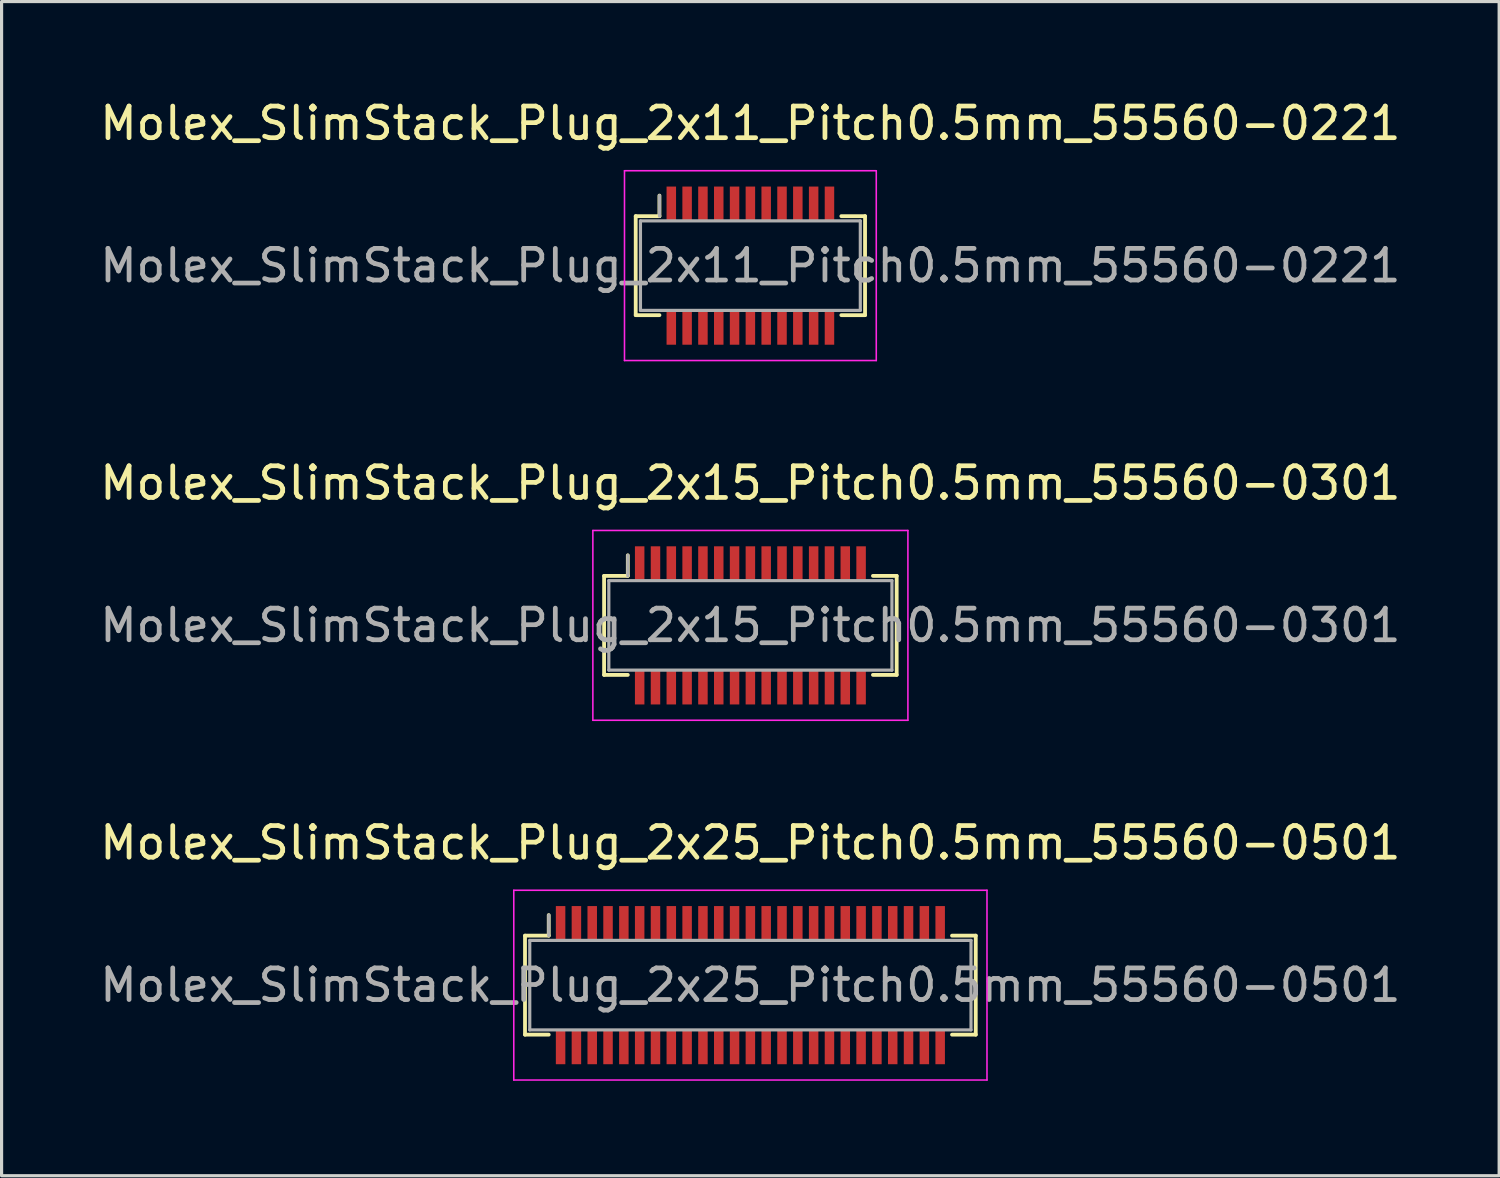
<source format=kicad_pcb>
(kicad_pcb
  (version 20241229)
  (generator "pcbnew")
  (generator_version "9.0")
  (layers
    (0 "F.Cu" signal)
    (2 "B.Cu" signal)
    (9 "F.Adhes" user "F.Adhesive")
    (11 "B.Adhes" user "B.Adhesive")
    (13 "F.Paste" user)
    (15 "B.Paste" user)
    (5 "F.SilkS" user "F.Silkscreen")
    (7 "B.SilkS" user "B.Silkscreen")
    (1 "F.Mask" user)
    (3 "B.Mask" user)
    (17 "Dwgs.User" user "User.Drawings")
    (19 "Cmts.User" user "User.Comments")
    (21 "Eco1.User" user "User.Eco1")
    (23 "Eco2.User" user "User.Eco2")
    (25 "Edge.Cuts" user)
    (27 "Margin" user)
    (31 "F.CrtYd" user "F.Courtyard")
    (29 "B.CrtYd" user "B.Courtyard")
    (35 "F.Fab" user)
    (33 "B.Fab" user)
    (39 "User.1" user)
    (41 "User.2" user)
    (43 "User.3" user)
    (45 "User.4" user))
  (footprint "Molex_SlimStack_Plug_2x11_Pitch0.5mm_55560-0221"
    (layer "F.Cu")
    (at 20.673 5.348)
    (property "Reference" "Molex_SlimStack_Plug_2x11_Pitch0.5mm_55560-0221" (at 0 -4.5 0) (layer "F.SilkS") (effects (font (size 1 1) (thickness 0.15))))
    (attr smd)
    (fp_line (start -3.625 -1.565) (end -2.875 -1.565) (stroke (width 0.12) (type solid)) (layer "F.SilkS"))
    (fp_line (start -3.625 1.565) (end -3.625 -1.565) (stroke (width 0.12) (type solid)) (layer "F.SilkS"))
    (fp_line (start -2.875 -1.565) (end -2.875 -2.215) (stroke (width 0.12) (type solid)) (layer "F.SilkS"))
    (fp_line (start -2.875 1.565) (end -3.625 1.565) (stroke (width 0.12) (type solid)) (layer "F.SilkS"))
    (fp_line (start 2.875 1.565) (end 3.625 1.565) (stroke (width 0.12) (type solid)) (layer "F.SilkS"))
    (fp_line (start 3.625 -1.565) (end 2.875 -1.565) (stroke (width 0.12) (type solid)) (layer "F.SilkS"))
    (fp_line (start 3.625 1.565) (end 3.625 -1.565) (stroke (width 0.12) (type solid)) (layer "F.SilkS"))
    (fp_line (start -3.98 -3) (end -3.98 3) (stroke (width 0.05) (type solid)) (layer "F.CrtYd"))
    (fp_line (start -3.98 3) (end 3.98 3) (stroke (width 0.05) (type solid)) (layer "F.CrtYd"))
    (fp_line (start 3.98 -3) (end -3.98 -3) (stroke (width 0.05) (type solid)) (layer "F.CrtYd"))
    (fp_line (start 3.98 3) (end 3.98 -3) (stroke (width 0.05) (type solid)) (layer "F.CrtYd"))
    (fp_line (start -3.475 -1.415) (end -3.475 1.415) (stroke (width 0.1) (type solid)) (layer "F.Fab"))
    (fp_line (start -3.475 1.415) (end 3.475 1.415) (stroke (width 0.1) (type solid)) (layer "F.Fab"))
    (fp_line (start -2.875 -1.565) (end -2.875 -2.215) (stroke (width 0.1) (type solid)) (layer "F.Fab"))
    (fp_line (start 3.475 -1.415) (end -3.475 -1.415) (stroke (width 0.1) (type solid)) (layer "F.Fab"))
    (fp_line (start 3.475 1.415) (end 3.475 -1.415) (stroke (width 0.1) (type solid)) (layer "F.Fab"))
    (fp_text user "${REFERENCE}" (at 0 0 0) (layer "F.Fab") (effects (font (size 1 1) (thickness 0.15))))
    (pad "1" smd rect (at -2.5 -1.95) (size 0.3 1.1) (layers "F.Cu" "F.Mask" "F.Paste"))
    (pad "2" smd rect (at -2.5 1.95) (size 0.3 1.1) (layers "F.Cu" "F.Mask" "F.Paste"))
    (pad "3" smd rect (at -2 -1.95) (size 0.3 1.1) (layers "F.Cu" "F.Mask" "F.Paste"))
    (pad "4" smd rect (at -2 1.95) (size 0.3 1.1) (layers "F.Cu" "F.Mask" "F.Paste"))
    (pad "5" smd rect (at -1.5 -1.95) (size 0.3 1.1) (layers "F.Cu" "F.Mask" "F.Paste"))
    (pad "6" smd rect (at -1.5 1.95) (size 0.3 1.1) (layers "F.Cu" "F.Mask" "F.Paste"))
    (pad "7" smd rect (at -1 -1.95) (size 0.3 1.1) (layers "F.Cu" "F.Mask" "F.Paste"))
    (pad "8" smd rect (at -1 1.95) (size 0.3 1.1) (layers "F.Cu" "F.Mask" "F.Paste"))
    (pad "9" smd rect (at -0.5 -1.95) (size 0.3 1.1) (layers "F.Cu" "F.Mask" "F.Paste"))
    (pad "10" smd rect (at -0.5 1.95) (size 0.3 1.1) (layers "F.Cu" "F.Mask" "F.Paste"))
    (pad "11" smd rect (at 0 -1.95) (size 0.3 1.1) (layers "F.Cu" "F.Mask" "F.Paste"))
    (pad "12" smd rect (at 0 1.95) (size 0.3 1.1) (layers "F.Cu" "F.Mask" "F.Paste"))
    (pad "13" smd rect (at 0.5 -1.95) (size 0.3 1.1) (layers "F.Cu" "F.Mask" "F.Paste"))
    (pad "14" smd rect (at 0.5 1.95) (size 0.3 1.1) (layers "F.Cu" "F.Mask" "F.Paste"))
    (pad "15" smd rect (at 1 -1.95) (size 0.3 1.1) (layers "F.Cu" "F.Mask" "F.Paste"))
    (pad "16" smd rect (at 1 1.95) (size 0.3 1.1) (layers "F.Cu" "F.Mask" "F.Paste"))
    (pad "17" smd rect (at 1.5 -1.95) (size 0.3 1.1) (layers "F.Cu" "F.Mask" "F.Paste"))
    (pad "18" smd rect (at 1.5 1.95) (size 0.3 1.1) (layers "F.Cu" "F.Mask" "F.Paste"))
    (pad "19" smd rect (at 2 -1.95) (size 0.3 1.1) (layers "F.Cu" "F.Mask" "F.Paste"))
    (pad "20" smd rect (at 2 1.95) (size 0.3 1.1) (layers "F.Cu" "F.Mask" "F.Paste"))
    (pad "21" smd rect (at 2.5 -1.95) (size 0.3 1.1) (layers "F.Cu" "F.Mask" "F.Paste"))
    (pad "22" smd rect (at 2.5 1.95) (size 0.3 1.1) (layers "F.Cu" "F.Mask" "F.Paste")))
  (footprint "Molex_SlimStack_Plug_2x15_Pitch0.5mm_55560-0301"
    (layer "F.Cu")
    (at 20.673 16.721)
    (property "Reference" "Molex_SlimStack_Plug_2x15_Pitch0.5mm_55560-0301" (at 0 -4.5 0) (layer "F.SilkS") (effects (font (size 1 1) (thickness 0.15))))
    (attr smd)
    (fp_line (start -4.625 -1.565) (end -3.875 -1.565) (stroke (width 0.12) (type solid)) (layer "F.SilkS"))
    (fp_line (start -4.625 1.565) (end -4.625 -1.565) (stroke (width 0.12) (type solid)) (layer "F.SilkS"))
    (fp_line (start -3.875 -1.565) (end -3.875 -2.215) (stroke (width 0.12) (type solid)) (layer "F.SilkS"))
    (fp_line (start -3.875 1.565) (end -4.625 1.565) (stroke (width 0.12) (type solid)) (layer "F.SilkS"))
    (fp_line (start 3.875 1.565) (end 4.625 1.565) (stroke (width 0.12) (type solid)) (layer "F.SilkS"))
    (fp_line (start 4.625 -1.565) (end 3.875 -1.565) (stroke (width 0.12) (type solid)) (layer "F.SilkS"))
    (fp_line (start 4.625 1.565) (end 4.625 -1.565) (stroke (width 0.12) (type solid)) (layer "F.SilkS"))
    (fp_line (start -4.98 -3) (end -4.98 3) (stroke (width 0.05) (type solid)) (layer "F.CrtYd"))
    (fp_line (start -4.98 3) (end 4.98 3) (stroke (width 0.05) (type solid)) (layer "F.CrtYd"))
    (fp_line (start 4.98 -3) (end -4.98 -3) (stroke (width 0.05) (type solid)) (layer "F.CrtYd"))
    (fp_line (start 4.98 3) (end 4.98 -3) (stroke (width 0.05) (type solid)) (layer "F.CrtYd"))
    (fp_line (start -4.475 -1.415) (end -4.475 1.415) (stroke (width 0.1) (type solid)) (layer "F.Fab"))
    (fp_line (start -4.475 1.415) (end 4.475 1.415) (stroke (width 0.1) (type solid)) (layer "F.Fab"))
    (fp_line (start -3.875 -1.565) (end -3.875 -2.215) (stroke (width 0.1) (type solid)) (layer "F.Fab"))
    (fp_line (start 4.475 -1.415) (end -4.475 -1.415) (stroke (width 0.1) (type solid)) (layer "F.Fab"))
    (fp_line (start 4.475 1.415) (end 4.475 -1.415) (stroke (width 0.1) (type solid)) (layer "F.Fab"))
    (fp_text user "${REFERENCE}" (at 0 0 0) (layer "F.Fab") (effects (font (size 1 1) (thickness 0.15))))
    (pad "1" smd rect (at -3.5 -1.95) (size 0.3 1.1) (layers "F.Cu" "F.Mask" "F.Paste"))
    (pad "2" smd rect (at -3.5 1.95) (size 0.3 1.1) (layers "F.Cu" "F.Mask" "F.Paste"))
    (pad "3" smd rect (at -3 -1.95) (size 0.3 1.1) (layers "F.Cu" "F.Mask" "F.Paste"))
    (pad "4" smd rect (at -3 1.95) (size 0.3 1.1) (layers "F.Cu" "F.Mask" "F.Paste"))
    (pad "5" smd rect (at -2.5 -1.95) (size 0.3 1.1) (layers "F.Cu" "F.Mask" "F.Paste"))
    (pad "6" smd rect (at -2.5 1.95) (size 0.3 1.1) (layers "F.Cu" "F.Mask" "F.Paste"))
    (pad "7" smd rect (at -2 -1.95) (size 0.3 1.1) (layers "F.Cu" "F.Mask" "F.Paste"))
    (pad "8" smd rect (at -2 1.95) (size 0.3 1.1) (layers "F.Cu" "F.Mask" "F.Paste"))
    (pad "9" smd rect (at -1.5 -1.95) (size 0.3 1.1) (layers "F.Cu" "F.Mask" "F.Paste"))
    (pad "10" smd rect (at -1.5 1.95) (size 0.3 1.1) (layers "F.Cu" "F.Mask" "F.Paste"))
    (pad "11" smd rect (at -1 -1.95) (size 0.3 1.1) (layers "F.Cu" "F.Mask" "F.Paste"))
    (pad "12" smd rect (at -1 1.95) (size 0.3 1.1) (layers "F.Cu" "F.Mask" "F.Paste"))
    (pad "13" smd rect (at -0.5 -1.95) (size 0.3 1.1) (layers "F.Cu" "F.Mask" "F.Paste"))
    (pad "14" smd rect (at -0.5 1.95) (size 0.3 1.1) (layers "F.Cu" "F.Mask" "F.Paste"))
    (pad "15" smd rect (at 0 -1.95) (size 0.3 1.1) (layers "F.Cu" "F.Mask" "F.Paste"))
    (pad "16" smd rect (at 0 1.95) (size 0.3 1.1) (layers "F.Cu" "F.Mask" "F.Paste"))
    (pad "17" smd rect (at 0.5 -1.95) (size 0.3 1.1) (layers "F.Cu" "F.Mask" "F.Paste"))
    (pad "18" smd rect (at 0.5 1.95) (size 0.3 1.1) (layers "F.Cu" "F.Mask" "F.Paste"))
    (pad "19" smd rect (at 1 -1.95) (size 0.3 1.1) (layers "F.Cu" "F.Mask" "F.Paste"))
    (pad "20" smd rect (at 1 1.95) (size 0.3 1.1) (layers "F.Cu" "F.Mask" "F.Paste"))
    (pad "21" smd rect (at 1.5 -1.95) (size 0.3 1.1) (layers "F.Cu" "F.Mask" "F.Paste"))
    (pad "22" smd rect (at 1.5 1.95) (size 0.3 1.1) (layers "F.Cu" "F.Mask" "F.Paste"))
    (pad "23" smd rect (at 2 -1.95) (size 0.3 1.1) (layers "F.Cu" "F.Mask" "F.Paste"))
    (pad "24" smd rect (at 2 1.95) (size 0.3 1.1) (layers "F.Cu" "F.Mask" "F.Paste"))
    (pad "25" smd rect (at 2.5 -1.95) (size 0.3 1.1) (layers "F.Cu" "F.Mask" "F.Paste"))
    (pad "26" smd rect (at 2.5 1.95) (size 0.3 1.1) (layers "F.Cu" "F.Mask" "F.Paste"))
    (pad "27" smd rect (at 3 -1.95) (size 0.3 1.1) (layers "F.Cu" "F.Mask" "F.Paste"))
    (pad "28" smd rect (at 3 1.95) (size 0.3 1.1) (layers "F.Cu" "F.Mask" "F.Paste"))
    (pad "29" smd rect (at 3.5 -1.95) (size 0.3 1.1) (layers "F.Cu" "F.Mask" "F.Paste"))
    (pad "30" smd rect (at 3.5 1.95) (size 0.3 1.1) (layers "F.Cu" "F.Mask" "F.Paste")))
  (footprint "Molex_SlimStack_Plug_2x25_Pitch0.5mm_55560-0501"
    (layer "F.Cu")
    (at 20.673 28.095)
    (property "Reference" "Molex_SlimStack_Plug_2x25_Pitch0.5mm_55560-0501" (at 0 -4.5 0) (layer "F.SilkS") (effects (font (size 1 1) (thickness 0.15))))
    (attr smd)
    (fp_line (start -7.125 -1.565) (end -6.375 -1.565) (stroke (width 0.12) (type solid)) (layer "F.SilkS"))
    (fp_line (start -7.125 1.565) (end -7.125 -1.565) (stroke (width 0.12) (type solid)) (layer "F.SilkS"))
    (fp_line (start -6.375 -1.565) (end -6.375 -2.215) (stroke (width 0.12) (type solid)) (layer "F.SilkS"))
    (fp_line (start -6.375 1.565) (end -7.125 1.565) (stroke (width 0.12) (type solid)) (layer "F.SilkS"))
    (fp_line (start 6.375 1.565) (end 7.125 1.565) (stroke (width 0.12) (type solid)) (layer "F.SilkS"))
    (fp_line (start 7.125 -1.565) (end 6.375 -1.565) (stroke (width 0.12) (type solid)) (layer "F.SilkS"))
    (fp_line (start 7.125 1.565) (end 7.125 -1.565) (stroke (width 0.12) (type solid)) (layer "F.SilkS"))
    (fp_line (start -7.48 -3) (end -7.48 3) (stroke (width 0.05) (type solid)) (layer "F.CrtYd"))
    (fp_line (start -7.48 3) (end 7.48 3) (stroke (width 0.05) (type solid)) (layer "F.CrtYd"))
    (fp_line (start 7.48 -3) (end -7.48 -3) (stroke (width 0.05) (type solid)) (layer "F.CrtYd"))
    (fp_line (start 7.48 3) (end 7.48 -3) (stroke (width 0.05) (type solid)) (layer "F.CrtYd"))
    (fp_line (start -6.975 -1.415) (end -6.975 1.415) (stroke (width 0.1) (type solid)) (layer "F.Fab"))
    (fp_line (start -6.975 1.415) (end 6.975 1.415) (stroke (width 0.1) (type solid)) (layer "F.Fab"))
    (fp_line (start -6.375 -1.565) (end -6.375 -2.215) (stroke (width 0.1) (type solid)) (layer "F.Fab"))
    (fp_line (start 6.975 -1.415) (end -6.975 -1.415) (stroke (width 0.1) (type solid)) (layer "F.Fab"))
    (fp_line (start 6.975 1.415) (end 6.975 -1.415) (stroke (width 0.1) (type solid)) (layer "F.Fab"))
    (fp_text user "${REFERENCE}" (at 0 0 0) (layer "F.Fab") (effects (font (size 1 1) (thickness 0.15))))
    (pad "1" smd rect (at -6 -1.95) (size 0.3 1.1) (layers "F.Cu" "F.Mask" "F.Paste"))
    (pad "2" smd rect (at -6 1.95) (size 0.3 1.1) (layers "F.Cu" "F.Mask" "F.Paste"))
    (pad "3" smd rect (at -5.5 -1.95) (size 0.3 1.1) (layers "F.Cu" "F.Mask" "F.Paste"))
    (pad "4" smd rect (at -5.5 1.95) (size 0.3 1.1) (layers "F.Cu" "F.Mask" "F.Paste"))
    (pad "5" smd rect (at -5 -1.95) (size 0.3 1.1) (layers "F.Cu" "F.Mask" "F.Paste"))
    (pad "6" smd rect (at -5 1.95) (size 0.3 1.1) (layers "F.Cu" "F.Mask" "F.Paste"))
    (pad "7" smd rect (at -4.5 -1.95) (size 0.3 1.1) (layers "F.Cu" "F.Mask" "F.Paste"))
    (pad "8" smd rect (at -4.5 1.95) (size 0.3 1.1) (layers "F.Cu" "F.Mask" "F.Paste"))
    (pad "9" smd rect (at -4 -1.95) (size 0.3 1.1) (layers "F.Cu" "F.Mask" "F.Paste"))
    (pad "10" smd rect (at -4 1.95) (size 0.3 1.1) (layers "F.Cu" "F.Mask" "F.Paste"))
    (pad "11" smd rect (at -3.5 -1.95) (size 0.3 1.1) (layers "F.Cu" "F.Mask" "F.Paste"))
    (pad "12" smd rect (at -3.5 1.95) (size 0.3 1.1) (layers "F.Cu" "F.Mask" "F.Paste"))
    (pad "13" smd rect (at -3 -1.95) (size 0.3 1.1) (layers "F.Cu" "F.Mask" "F.Paste"))
    (pad "14" smd rect (at -3 1.95) (size 0.3 1.1) (layers "F.Cu" "F.Mask" "F.Paste"))
    (pad "15" smd rect (at -2.5 -1.95) (size 0.3 1.1) (layers "F.Cu" "F.Mask" "F.Paste"))
    (pad "16" smd rect (at -2.5 1.95) (size 0.3 1.1) (layers "F.Cu" "F.Mask" "F.Paste"))
    (pad "17" smd rect (at -2 -1.95) (size 0.3 1.1) (layers "F.Cu" "F.Mask" "F.Paste"))
    (pad "18" smd rect (at -2 1.95) (size 0.3 1.1) (layers "F.Cu" "F.Mask" "F.Paste"))
    (pad "19" smd rect (at -1.5 -1.95) (size 0.3 1.1) (layers "F.Cu" "F.Mask" "F.Paste"))
    (pad "20" smd rect (at -1.5 1.95) (size 0.3 1.1) (layers "F.Cu" "F.Mask" "F.Paste"))
    (pad "21" smd rect (at -1 -1.95) (size 0.3 1.1) (layers "F.Cu" "F.Mask" "F.Paste"))
    (pad "22" smd rect (at -1 1.95) (size 0.3 1.1) (layers "F.Cu" "F.Mask" "F.Paste"))
    (pad "23" smd rect (at -0.5 -1.95) (size 0.3 1.1) (layers "F.Cu" "F.Mask" "F.Paste"))
    (pad "24" smd rect (at -0.5 1.95) (size 0.3 1.1) (layers "F.Cu" "F.Mask" "F.Paste"))
    (pad "25" smd rect (at 0 -1.95) (size 0.3 1.1) (layers "F.Cu" "F.Mask" "F.Paste"))
    (pad "26" smd rect (at 0 1.95) (size 0.3 1.1) (layers "F.Cu" "F.Mask" "F.Paste"))
    (pad "27" smd rect (at 0.5 -1.95) (size 0.3 1.1) (layers "F.Cu" "F.Mask" "F.Paste"))
    (pad "28" smd rect (at 0.5 1.95) (size 0.3 1.1) (layers "F.Cu" "F.Mask" "F.Paste"))
    (pad "29" smd rect (at 1 -1.95) (size 0.3 1.1) (layers "F.Cu" "F.Mask" "F.Paste"))
    (pad "30" smd rect (at 1 1.95) (size 0.3 1.1) (layers "F.Cu" "F.Mask" "F.Paste"))
    (pad "31" smd rect (at 1.5 -1.95) (size 0.3 1.1) (layers "F.Cu" "F.Mask" "F.Paste"))
    (pad "32" smd rect (at 1.5 1.95) (size 0.3 1.1) (layers "F.Cu" "F.Mask" "F.Paste"))
    (pad "33" smd rect (at 2 -1.95) (size 0.3 1.1) (layers "F.Cu" "F.Mask" "F.Paste"))
    (pad "34" smd rect (at 2 1.95) (size 0.3 1.1) (layers "F.Cu" "F.Mask" "F.Paste"))
    (pad "35" smd rect (at 2.5 -1.95) (size 0.3 1.1) (layers "F.Cu" "F.Mask" "F.Paste"))
    (pad "36" smd rect (at 2.5 1.95) (size 0.3 1.1) (layers "F.Cu" "F.Mask" "F.Paste"))
    (pad "37" smd rect (at 3 -1.95) (size 0.3 1.1) (layers "F.Cu" "F.Mask" "F.Paste"))
    (pad "38" smd rect (at 3 1.95) (size 0.3 1.1) (layers "F.Cu" "F.Mask" "F.Paste"))
    (pad "39" smd rect (at 3.5 -1.95) (size 0.3 1.1) (layers "F.Cu" "F.Mask" "F.Paste"))
    (pad "40" smd rect (at 3.5 1.95) (size 0.3 1.1) (layers "F.Cu" "F.Mask" "F.Paste"))
    (pad "41" smd rect (at 4 -1.95) (size 0.3 1.1) (layers "F.Cu" "F.Mask" "F.Paste"))
    (pad "42" smd rect (at 4 1.95) (size 0.3 1.1) (layers "F.Cu" "F.Mask" "F.Paste"))
    (pad "43" smd rect (at 4.5 -1.95) (size 0.3 1.1) (layers "F.Cu" "F.Mask" "F.Paste"))
    (pad "44" smd rect (at 4.5 1.95) (size 0.3 1.1) (layers "F.Cu" "F.Mask" "F.Paste"))
    (pad "45" smd rect (at 5 -1.95) (size 0.3 1.1) (layers "F.Cu" "F.Mask" "F.Paste"))
    (pad "46" smd rect (at 5 1.95) (size 0.3 1.1) (layers "F.Cu" "F.Mask" "F.Paste"))
    (pad "47" smd rect (at 5.5 -1.95) (size 0.3 1.1) (layers "F.Cu" "F.Mask" "F.Paste"))
    (pad "48" smd rect (at 5.5 1.95) (size 0.3 1.1) (layers "F.Cu" "F.Mask" "F.Paste"))
    (pad "49" smd rect (at 6 -1.95) (size 0.3 1.1) (layers "F.Cu" "F.Mask" "F.Paste"))
    (pad "50" smd rect (at 6 1.95) (size 0.3 1.1) (layers "F.Cu" "F.Mask" "F.Paste")))
  (gr_rect
    (start -3 -3)
    (end 44.345 34.12)
    (stroke (width 0.1) (type default))
    (fill no)
    (layer "Edge.Cuts")))
</source>
